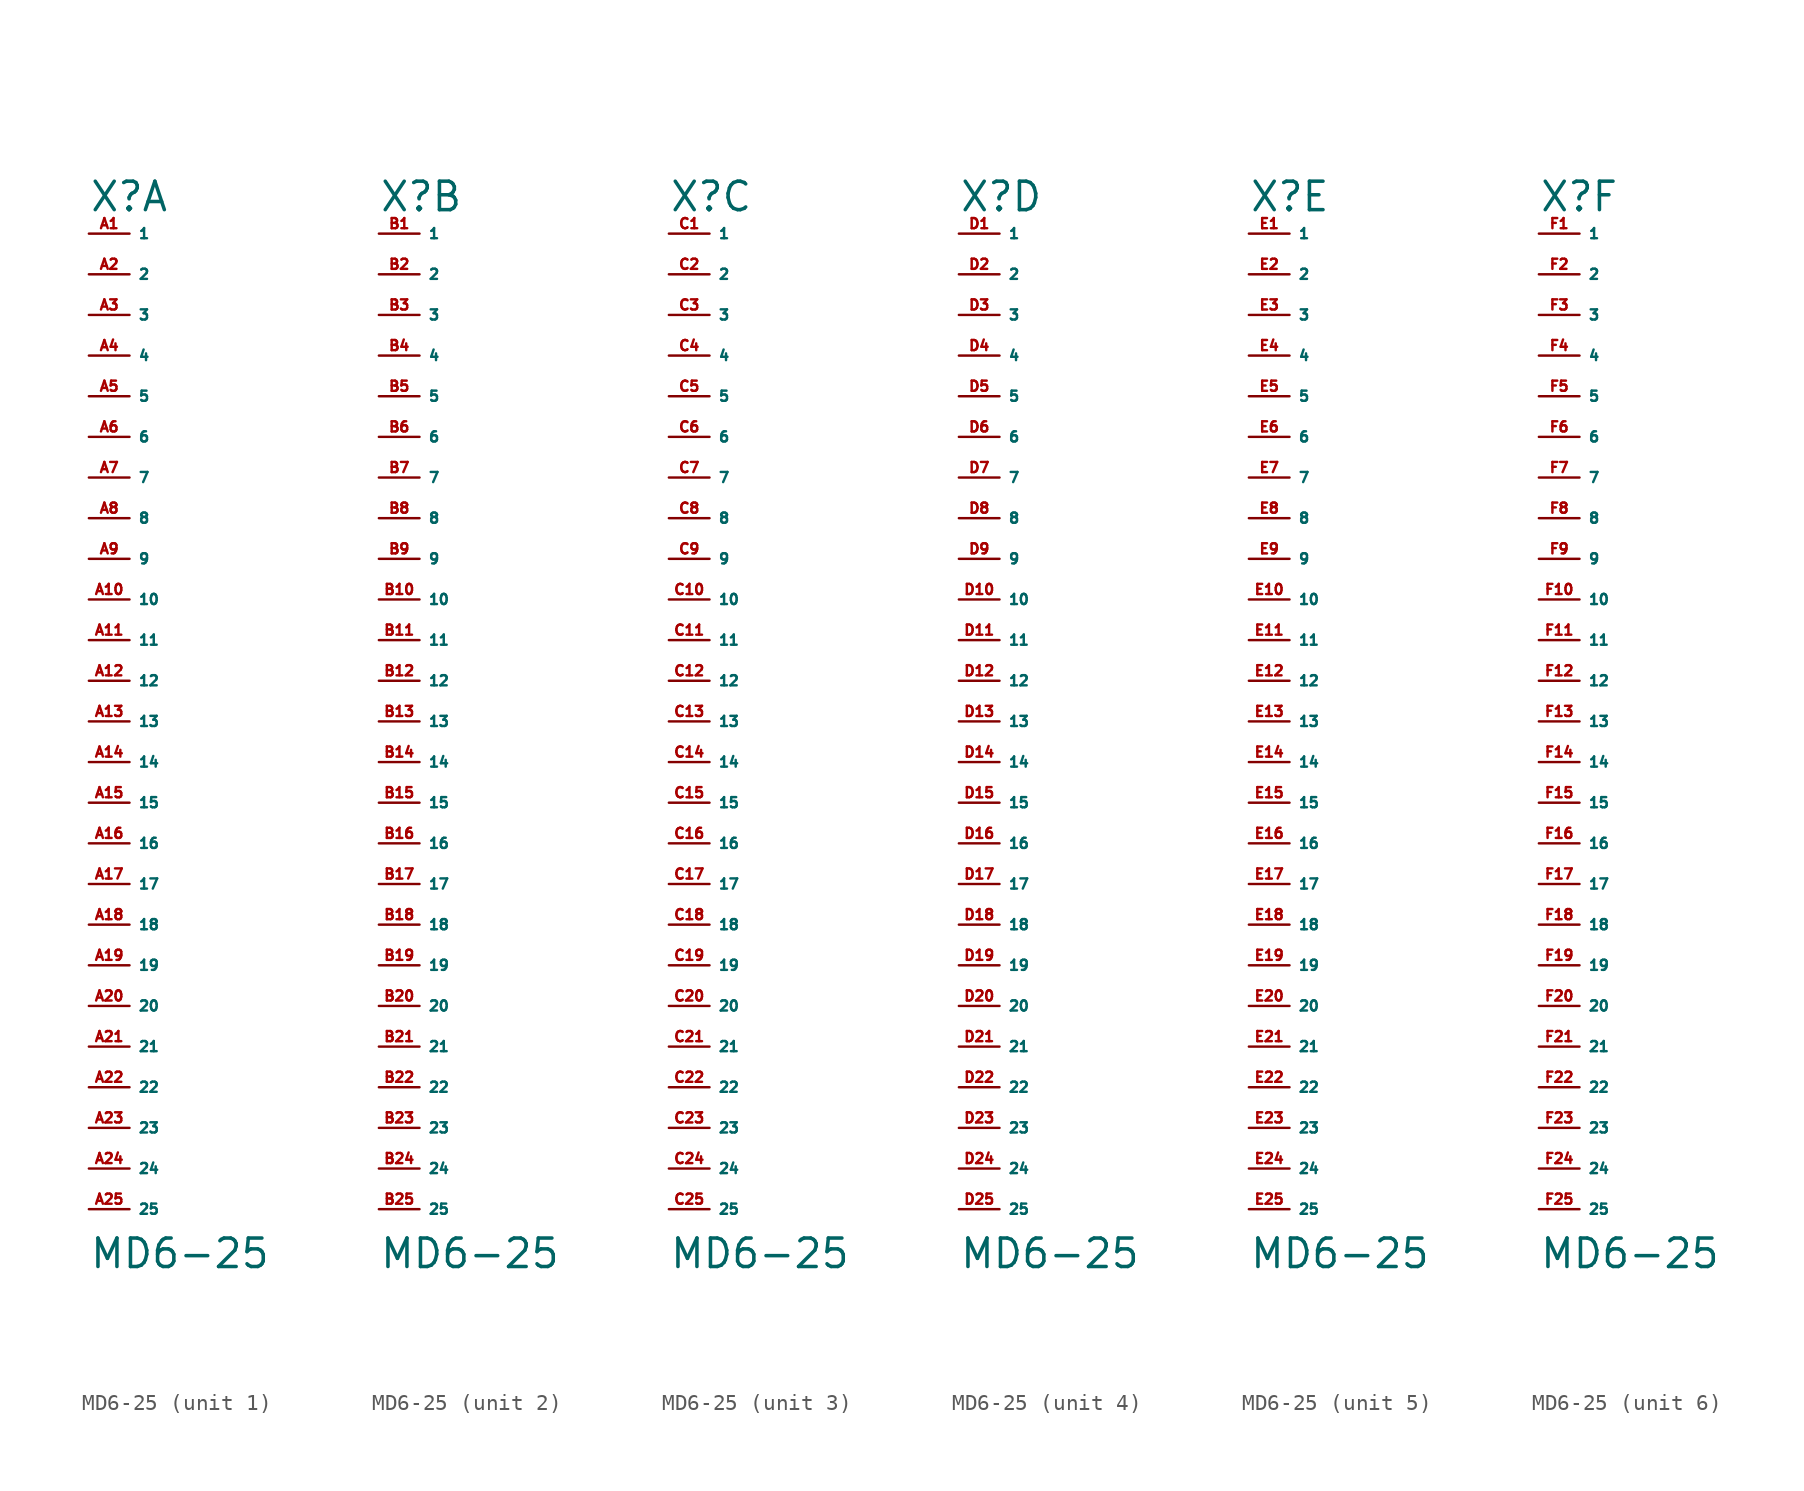
<source format=kicad_sym>
(kicad_symbol_lib
  (version 20220914)
  (generator Eagle2Kicad)
  (symbol "MD6-25"
    (property "Reference" "X"
      (at -2.54 29.21 0)
      (effects (font (size 1.778 1.778) (thickness 0.22)) (justify left bottom)))
    (property "Value" "MD6-25"
      (at -2.54 -36.83 0)
      (effects (font (size 1.778 1.778) (thickness 0.22)) (justify left bottom)))
    (symbol "MD6-25_1_0"
      (pin passive line (at -2.54 27.94 0) (length 2.54) (name "1" (effects (font (size 0.635 0.635) (thickness 0.08)) (justify left bottom))) (number "A1" (effects (font (size 0.635 0.635) (thickness 0.08)) (justify left bottom))))
      (pin passive line (at -2.54 25.4 0) (length 2.54) (name "2" (effects (font (size 0.635 0.635) (thickness 0.08)) (justify left bottom))) (number "A2" (effects (font (size 0.635 0.635) (thickness 0.08)) (justify left bottom))))
      (pin passive line (at -2.54 22.86 0) (length 2.54) (name "3" (effects (font (size 0.635 0.635) (thickness 0.08)) (justify left bottom))) (number "A3" (effects (font (size 0.635 0.635) (thickness 0.08)) (justify left bottom))))
      (pin passive line (at -2.54 20.32 0) (length 2.54) (name "4" (effects (font (size 0.635 0.635) (thickness 0.08)) (justify left bottom))) (number "A4" (effects (font (size 0.635 0.635) (thickness 0.08)) (justify left bottom))))
      (pin passive line (at -2.54 17.78 0) (length 2.54) (name "5" (effects (font (size 0.635 0.635) (thickness 0.08)) (justify left bottom))) (number "A5" (effects (font (size 0.635 0.635) (thickness 0.08)) (justify left bottom))))
      (pin passive line (at -2.54 15.24 0) (length 2.54) (name "6" (effects (font (size 0.635 0.635) (thickness 0.08)) (justify left bottom))) (number "A6" (effects (font (size 0.635 0.635) (thickness 0.08)) (justify left bottom))))
      (pin passive line (at -2.54 12.7 0) (length 2.54) (name "7" (effects (font (size 0.635 0.635) (thickness 0.08)) (justify left bottom))) (number "A7" (effects (font (size 0.635 0.635) (thickness 0.08)) (justify left bottom))))
      (pin passive line (at -2.54 10.16 0) (length 2.54) (name "8" (effects (font (size 0.635 0.635) (thickness 0.08)) (justify left bottom))) (number "A8" (effects (font (size 0.635 0.635) (thickness 0.08)) (justify left bottom))))
      (pin passive line (at -2.54 7.62 0) (length 2.54) (name "9" (effects (font (size 0.635 0.635) (thickness 0.08)) (justify left bottom))) (number "A9" (effects (font (size 0.635 0.635) (thickness 0.08)) (justify left bottom))))
      (pin passive line (at -2.54 5.08 0) (length 2.54) (name "10" (effects (font (size 0.635 0.635) (thickness 0.08)) (justify left bottom))) (number "A10" (effects (font (size 0.635 0.635) (thickness 0.08)) (justify left bottom))))
      (pin passive line (at -2.54 2.54 0) (length 2.54) (name "11" (effects (font (size 0.635 0.635) (thickness 0.08)) (justify left bottom))) (number "A11" (effects (font (size 0.635 0.635) (thickness 0.08)) (justify left bottom))))
      (pin passive line (at -2.54 0 0) (length 2.54) (name "12" (effects (font (size 0.635 0.635) (thickness 0.08)) (justify left bottom))) (number "A12" (effects (font (size 0.635 0.635) (thickness 0.08)) (justify left bottom))))
      (pin passive line (at -2.54 -2.54 0) (length 2.54) (name "13" (effects (font (size 0.635 0.635) (thickness 0.08)) (justify left bottom))) (number "A13" (effects (font (size 0.635 0.635) (thickness 0.08)) (justify left bottom))))
      (pin passive line (at -2.54 -5.08 0) (length 2.54) (name "14" (effects (font (size 0.635 0.635) (thickness 0.08)) (justify left bottom))) (number "A14" (effects (font (size 0.635 0.635) (thickness 0.08)) (justify left bottom))))
      (pin passive line (at -2.54 -7.62 0) (length 2.54) (name "15" (effects (font (size 0.635 0.635) (thickness 0.08)) (justify left bottom))) (number "A15" (effects (font (size 0.635 0.635) (thickness 0.08)) (justify left bottom))))
      (pin passive line (at -2.54 -10.16 0) (length 2.54) (name "16" (effects (font (size 0.635 0.635) (thickness 0.08)) (justify left bottom))) (number "A16" (effects (font (size 0.635 0.635) (thickness 0.08)) (justify left bottom))))
      (pin passive line (at -2.54 -12.7 0) (length 2.54) (name "17" (effects (font (size 0.635 0.635) (thickness 0.08)) (justify left bottom))) (number "A17" (effects (font (size 0.635 0.635) (thickness 0.08)) (justify left bottom))))
      (pin passive line (at -2.54 -15.24 0) (length 2.54) (name "18" (effects (font (size 0.635 0.635) (thickness 0.08)) (justify left bottom))) (number "A18" (effects (font (size 0.635 0.635) (thickness 0.08)) (justify left bottom))))
      (pin passive line (at -2.54 -17.78 0) (length 2.54) (name "19" (effects (font (size 0.635 0.635) (thickness 0.08)) (justify left bottom))) (number "A19" (effects (font (size 0.635 0.635) (thickness 0.08)) (justify left bottom))))
      (pin passive line (at -2.54 -20.32 0) (length 2.54) (name "20" (effects (font (size 0.635 0.635) (thickness 0.08)) (justify left bottom))) (number "A20" (effects (font (size 0.635 0.635) (thickness 0.08)) (justify left bottom))))
      (pin passive line (at -2.54 -22.86 0) (length 2.54) (name "21" (effects (font (size 0.635 0.635) (thickness 0.08)) (justify left bottom))) (number "A21" (effects (font (size 0.635 0.635) (thickness 0.08)) (justify left bottom))))
      (pin passive line (at -2.54 -25.4 0) (length 2.54) (name "22" (effects (font (size 0.635 0.635) (thickness 0.08)) (justify left bottom))) (number "A22" (effects (font (size 0.635 0.635) (thickness 0.08)) (justify left bottom))))
      (pin passive line (at -2.54 -27.94 0) (length 2.54) (name "23" (effects (font (size 0.635 0.635) (thickness 0.08)) (justify left bottom))) (number "A23" (effects (font (size 0.635 0.635) (thickness 0.08)) (justify left bottom))))
      (pin passive line (at -2.54 -30.48 0) (length 2.54) (name "24" (effects (font (size 0.635 0.635) (thickness 0.08)) (justify left bottom))) (number "A24" (effects (font (size 0.635 0.635) (thickness 0.08)) (justify left bottom))))
      (pin passive line (at -2.54 -33.02 0) (length 2.54) (name "25" (effects (font (size 0.635 0.635) (thickness 0.08)) (justify left bottom))) (number "A25" (effects (font (size 0.635 0.635) (thickness 0.08)) (justify left bottom)))))
    (symbol "MD6-25_2_0"
      (pin passive line (at -2.54 27.94 0) (length 2.54) (name "1" (effects (font (size 0.635 0.635) (thickness 0.08)) (justify left bottom))) (number "B1" (effects (font (size 0.635 0.635) (thickness 0.08)) (justify left bottom))))
      (pin passive line (at -2.54 25.4 0) (length 2.54) (name "2" (effects (font (size 0.635 0.635) (thickness 0.08)) (justify left bottom))) (number "B2" (effects (font (size 0.635 0.635) (thickness 0.08)) (justify left bottom))))
      (pin passive line (at -2.54 22.86 0) (length 2.54) (name "3" (effects (font (size 0.635 0.635) (thickness 0.08)) (justify left bottom))) (number "B3" (effects (font (size 0.635 0.635) (thickness 0.08)) (justify left bottom))))
      (pin passive line (at -2.54 20.32 0) (length 2.54) (name "4" (effects (font (size 0.635 0.635) (thickness 0.08)) (justify left bottom))) (number "B4" (effects (font (size 0.635 0.635) (thickness 0.08)) (justify left bottom))))
      (pin passive line (at -2.54 17.78 0) (length 2.54) (name "5" (effects (font (size 0.635 0.635) (thickness 0.08)) (justify left bottom))) (number "B5" (effects (font (size 0.635 0.635) (thickness 0.08)) (justify left bottom))))
      (pin passive line (at -2.54 15.24 0) (length 2.54) (name "6" (effects (font (size 0.635 0.635) (thickness 0.08)) (justify left bottom))) (number "B6" (effects (font (size 0.635 0.635) (thickness 0.08)) (justify left bottom))))
      (pin passive line (at -2.54 12.7 0) (length 2.54) (name "7" (effects (font (size 0.635 0.635) (thickness 0.08)) (justify left bottom))) (number "B7" (effects (font (size 0.635 0.635) (thickness 0.08)) (justify left bottom))))
      (pin passive line (at -2.54 10.16 0) (length 2.54) (name "8" (effects (font (size 0.635 0.635) (thickness 0.08)) (justify left bottom))) (number "B8" (effects (font (size 0.635 0.635) (thickness 0.08)) (justify left bottom))))
      (pin passive line (at -2.54 7.62 0) (length 2.54) (name "9" (effects (font (size 0.635 0.635) (thickness 0.08)) (justify left bottom))) (number "B9" (effects (font (size 0.635 0.635) (thickness 0.08)) (justify left bottom))))
      (pin passive line (at -2.54 5.08 0) (length 2.54) (name "10" (effects (font (size 0.635 0.635) (thickness 0.08)) (justify left bottom))) (number "B10" (effects (font (size 0.635 0.635) (thickness 0.08)) (justify left bottom))))
      (pin passive line (at -2.54 2.54 0) (length 2.54) (name "11" (effects (font (size 0.635 0.635) (thickness 0.08)) (justify left bottom))) (number "B11" (effects (font (size 0.635 0.635) (thickness 0.08)) (justify left bottom))))
      (pin passive line (at -2.54 0 0) (length 2.54) (name "12" (effects (font (size 0.635 0.635) (thickness 0.08)) (justify left bottom))) (number "B12" (effects (font (size 0.635 0.635) (thickness 0.08)) (justify left bottom))))
      (pin passive line (at -2.54 -2.54 0) (length 2.54) (name "13" (effects (font (size 0.635 0.635) (thickness 0.08)) (justify left bottom))) (number "B13" (effects (font (size 0.635 0.635) (thickness 0.08)) (justify left bottom))))
      (pin passive line (at -2.54 -5.08 0) (length 2.54) (name "14" (effects (font (size 0.635 0.635) (thickness 0.08)) (justify left bottom))) (number "B14" (effects (font (size 0.635 0.635) (thickness 0.08)) (justify left bottom))))
      (pin passive line (at -2.54 -7.62 0) (length 2.54) (name "15" (effects (font (size 0.635 0.635) (thickness 0.08)) (justify left bottom))) (number "B15" (effects (font (size 0.635 0.635) (thickness 0.08)) (justify left bottom))))
      (pin passive line (at -2.54 -10.16 0) (length 2.54) (name "16" (effects (font (size 0.635 0.635) (thickness 0.08)) (justify left bottom))) (number "B16" (effects (font (size 0.635 0.635) (thickness 0.08)) (justify left bottom))))
      (pin passive line (at -2.54 -12.7 0) (length 2.54) (name "17" (effects (font (size 0.635 0.635) (thickness 0.08)) (justify left bottom))) (number "B17" (effects (font (size 0.635 0.635) (thickness 0.08)) (justify left bottom))))
      (pin passive line (at -2.54 -15.24 0) (length 2.54) (name "18" (effects (font (size 0.635 0.635) (thickness 0.08)) (justify left bottom))) (number "B18" (effects (font (size 0.635 0.635) (thickness 0.08)) (justify left bottom))))
      (pin passive line (at -2.54 -17.78 0) (length 2.54) (name "19" (effects (font (size 0.635 0.635) (thickness 0.08)) (justify left bottom))) (number "B19" (effects (font (size 0.635 0.635) (thickness 0.08)) (justify left bottom))))
      (pin passive line (at -2.54 -20.32 0) (length 2.54) (name "20" (effects (font (size 0.635 0.635) (thickness 0.08)) (justify left bottom))) (number "B20" (effects (font (size 0.635 0.635) (thickness 0.08)) (justify left bottom))))
      (pin passive line (at -2.54 -22.86 0) (length 2.54) (name "21" (effects (font (size 0.635 0.635) (thickness 0.08)) (justify left bottom))) (number "B21" (effects (font (size 0.635 0.635) (thickness 0.08)) (justify left bottom))))
      (pin passive line (at -2.54 -25.4 0) (length 2.54) (name "22" (effects (font (size 0.635 0.635) (thickness 0.08)) (justify left bottom))) (number "B22" (effects (font (size 0.635 0.635) (thickness 0.08)) (justify left bottom))))
      (pin passive line (at -2.54 -27.94 0) (length 2.54) (name "23" (effects (font (size 0.635 0.635) (thickness 0.08)) (justify left bottom))) (number "B23" (effects (font (size 0.635 0.635) (thickness 0.08)) (justify left bottom))))
      (pin passive line (at -2.54 -30.48 0) (length 2.54) (name "24" (effects (font (size 0.635 0.635) (thickness 0.08)) (justify left bottom))) (number "B24" (effects (font (size 0.635 0.635) (thickness 0.08)) (justify left bottom))))
      (pin passive line (at -2.54 -33.02 0) (length 2.54) (name "25" (effects (font (size 0.635 0.635) (thickness 0.08)) (justify left bottom))) (number "B25" (effects (font (size 0.635 0.635) (thickness 0.08)) (justify left bottom)))))
    (symbol "MD6-25_3_0"
      (pin passive line (at -2.54 27.94 0) (length 2.54) (name "1" (effects (font (size 0.635 0.635) (thickness 0.08)) (justify left bottom))) (number "C1" (effects (font (size 0.635 0.635) (thickness 0.08)) (justify left bottom))))
      (pin passive line (at -2.54 25.4 0) (length 2.54) (name "2" (effects (font (size 0.635 0.635) (thickness 0.08)) (justify left bottom))) (number "C2" (effects (font (size 0.635 0.635) (thickness 0.08)) (justify left bottom))))
      (pin passive line (at -2.54 22.86 0) (length 2.54) (name "3" (effects (font (size 0.635 0.635) (thickness 0.08)) (justify left bottom))) (number "C3" (effects (font (size 0.635 0.635) (thickness 0.08)) (justify left bottom))))
      (pin passive line (at -2.54 20.32 0) (length 2.54) (name "4" (effects (font (size 0.635 0.635) (thickness 0.08)) (justify left bottom))) (number "C4" (effects (font (size 0.635 0.635) (thickness 0.08)) (justify left bottom))))
      (pin passive line (at -2.54 17.78 0) (length 2.54) (name "5" (effects (font (size 0.635 0.635) (thickness 0.08)) (justify left bottom))) (number "C5" (effects (font (size 0.635 0.635) (thickness 0.08)) (justify left bottom))))
      (pin passive line (at -2.54 15.24 0) (length 2.54) (name "6" (effects (font (size 0.635 0.635) (thickness 0.08)) (justify left bottom))) (number "C6" (effects (font (size 0.635 0.635) (thickness 0.08)) (justify left bottom))))
      (pin passive line (at -2.54 12.7 0) (length 2.54) (name "7" (effects (font (size 0.635 0.635) (thickness 0.08)) (justify left bottom))) (number "C7" (effects (font (size 0.635 0.635) (thickness 0.08)) (justify left bottom))))
      (pin passive line (at -2.54 10.16 0) (length 2.54) (name "8" (effects (font (size 0.635 0.635) (thickness 0.08)) (justify left bottom))) (number "C8" (effects (font (size 0.635 0.635) (thickness 0.08)) (justify left bottom))))
      (pin passive line (at -2.54 7.62 0) (length 2.54) (name "9" (effects (font (size 0.635 0.635) (thickness 0.08)) (justify left bottom))) (number "C9" (effects (font (size 0.635 0.635) (thickness 0.08)) (justify left bottom))))
      (pin passive line (at -2.54 5.08 0) (length 2.54) (name "10" (effects (font (size 0.635 0.635) (thickness 0.08)) (justify left bottom))) (number "C10" (effects (font (size 0.635 0.635) (thickness 0.08)) (justify left bottom))))
      (pin passive line (at -2.54 2.54 0) (length 2.54) (name "11" (effects (font (size 0.635 0.635) (thickness 0.08)) (justify left bottom))) (number "C11" (effects (font (size 0.635 0.635) (thickness 0.08)) (justify left bottom))))
      (pin passive line (at -2.54 0 0) (length 2.54) (name "12" (effects (font (size 0.635 0.635) (thickness 0.08)) (justify left bottom))) (number "C12" (effects (font (size 0.635 0.635) (thickness 0.08)) (justify left bottom))))
      (pin passive line (at -2.54 -2.54 0) (length 2.54) (name "13" (effects (font (size 0.635 0.635) (thickness 0.08)) (justify left bottom))) (number "C13" (effects (font (size 0.635 0.635) (thickness 0.08)) (justify left bottom))))
      (pin passive line (at -2.54 -5.08 0) (length 2.54) (name "14" (effects (font (size 0.635 0.635) (thickness 0.08)) (justify left bottom))) (number "C14" (effects (font (size 0.635 0.635) (thickness 0.08)) (justify left bottom))))
      (pin passive line (at -2.54 -7.62 0) (length 2.54) (name "15" (effects (font (size 0.635 0.635) (thickness 0.08)) (justify left bottom))) (number "C15" (effects (font (size 0.635 0.635) (thickness 0.08)) (justify left bottom))))
      (pin passive line (at -2.54 -10.16 0) (length 2.54) (name "16" (effects (font (size 0.635 0.635) (thickness 0.08)) (justify left bottom))) (number "C16" (effects (font (size 0.635 0.635) (thickness 0.08)) (justify left bottom))))
      (pin passive line (at -2.54 -12.7 0) (length 2.54) (name "17" (effects (font (size 0.635 0.635) (thickness 0.08)) (justify left bottom))) (number "C17" (effects (font (size 0.635 0.635) (thickness 0.08)) (justify left bottom))))
      (pin passive line (at -2.54 -15.24 0) (length 2.54) (name "18" (effects (font (size 0.635 0.635) (thickness 0.08)) (justify left bottom))) (number "C18" (effects (font (size 0.635 0.635) (thickness 0.08)) (justify left bottom))))
      (pin passive line (at -2.54 -17.78 0) (length 2.54) (name "19" (effects (font (size 0.635 0.635) (thickness 0.08)) (justify left bottom))) (number "C19" (effects (font (size 0.635 0.635) (thickness 0.08)) (justify left bottom))))
      (pin passive line (at -2.54 -20.32 0) (length 2.54) (name "20" (effects (font (size 0.635 0.635) (thickness 0.08)) (justify left bottom))) (number "C20" (effects (font (size 0.635 0.635) (thickness 0.08)) (justify left bottom))))
      (pin passive line (at -2.54 -22.86 0) (length 2.54) (name "21" (effects (font (size 0.635 0.635) (thickness 0.08)) (justify left bottom))) (number "C21" (effects (font (size 0.635 0.635) (thickness 0.08)) (justify left bottom))))
      (pin passive line (at -2.54 -25.4 0) (length 2.54) (name "22" (effects (font (size 0.635 0.635) (thickness 0.08)) (justify left bottom))) (number "C22" (effects (font (size 0.635 0.635) (thickness 0.08)) (justify left bottom))))
      (pin passive line (at -2.54 -27.94 0) (length 2.54) (name "23" (effects (font (size 0.635 0.635) (thickness 0.08)) (justify left bottom))) (number "C23" (effects (font (size 0.635 0.635) (thickness 0.08)) (justify left bottom))))
      (pin passive line (at -2.54 -30.48 0) (length 2.54) (name "24" (effects (font (size 0.635 0.635) (thickness 0.08)) (justify left bottom))) (number "C24" (effects (font (size 0.635 0.635) (thickness 0.08)) (justify left bottom))))
      (pin passive line (at -2.54 -33.02 0) (length 2.54) (name "25" (effects (font (size 0.635 0.635) (thickness 0.08)) (justify left bottom))) (number "C25" (effects (font (size 0.635 0.635) (thickness 0.08)) (justify left bottom)))))
    (symbol "MD6-25_4_0"
      (pin passive line (at -2.54 27.94 0) (length 2.54) (name "1" (effects (font (size 0.635 0.635) (thickness 0.08)) (justify left bottom))) (number "D1" (effects (font (size 0.635 0.635) (thickness 0.08)) (justify left bottom))))
      (pin passive line (at -2.54 25.4 0) (length 2.54) (name "2" (effects (font (size 0.635 0.635) (thickness 0.08)) (justify left bottom))) (number "D2" (effects (font (size 0.635 0.635) (thickness 0.08)) (justify left bottom))))
      (pin passive line (at -2.54 22.86 0) (length 2.54) (name "3" (effects (font (size 0.635 0.635) (thickness 0.08)) (justify left bottom))) (number "D3" (effects (font (size 0.635 0.635) (thickness 0.08)) (justify left bottom))))
      (pin passive line (at -2.54 20.32 0) (length 2.54) (name "4" (effects (font (size 0.635 0.635) (thickness 0.08)) (justify left bottom))) (number "D4" (effects (font (size 0.635 0.635) (thickness 0.08)) (justify left bottom))))
      (pin passive line (at -2.54 17.78 0) (length 2.54) (name "5" (effects (font (size 0.635 0.635) (thickness 0.08)) (justify left bottom))) (number "D5" (effects (font (size 0.635 0.635) (thickness 0.08)) (justify left bottom))))
      (pin passive line (at -2.54 15.24 0) (length 2.54) (name "6" (effects (font (size 0.635 0.635) (thickness 0.08)) (justify left bottom))) (number "D6" (effects (font (size 0.635 0.635) (thickness 0.08)) (justify left bottom))))
      (pin passive line (at -2.54 12.7 0) (length 2.54) (name "7" (effects (font (size 0.635 0.635) (thickness 0.08)) (justify left bottom))) (number "D7" (effects (font (size 0.635 0.635) (thickness 0.08)) (justify left bottom))))
      (pin passive line (at -2.54 10.16 0) (length 2.54) (name "8" (effects (font (size 0.635 0.635) (thickness 0.08)) (justify left bottom))) (number "D8" (effects (font (size 0.635 0.635) (thickness 0.08)) (justify left bottom))))
      (pin passive line (at -2.54 7.62 0) (length 2.54) (name "9" (effects (font (size 0.635 0.635) (thickness 0.08)) (justify left bottom))) (number "D9" (effects (font (size 0.635 0.635) (thickness 0.08)) (justify left bottom))))
      (pin passive line (at -2.54 5.08 0) (length 2.54) (name "10" (effects (font (size 0.635 0.635) (thickness 0.08)) (justify left bottom))) (number "D10" (effects (font (size 0.635 0.635) (thickness 0.08)) (justify left bottom))))
      (pin passive line (at -2.54 2.54 0) (length 2.54) (name "11" (effects (font (size 0.635 0.635) (thickness 0.08)) (justify left bottom))) (number "D11" (effects (font (size 0.635 0.635) (thickness 0.08)) (justify left bottom))))
      (pin passive line (at -2.54 0 0) (length 2.54) (name "12" (effects (font (size 0.635 0.635) (thickness 0.08)) (justify left bottom))) (number "D12" (effects (font (size 0.635 0.635) (thickness 0.08)) (justify left bottom))))
      (pin passive line (at -2.54 -2.54 0) (length 2.54) (name "13" (effects (font (size 0.635 0.635) (thickness 0.08)) (justify left bottom))) (number "D13" (effects (font (size 0.635 0.635) (thickness 0.08)) (justify left bottom))))
      (pin passive line (at -2.54 -5.08 0) (length 2.54) (name "14" (effects (font (size 0.635 0.635) (thickness 0.08)) (justify left bottom))) (number "D14" (effects (font (size 0.635 0.635) (thickness 0.08)) (justify left bottom))))
      (pin passive line (at -2.54 -7.62 0) (length 2.54) (name "15" (effects (font (size 0.635 0.635) (thickness 0.08)) (justify left bottom))) (number "D15" (effects (font (size 0.635 0.635) (thickness 0.08)) (justify left bottom))))
      (pin passive line (at -2.54 -10.16 0) (length 2.54) (name "16" (effects (font (size 0.635 0.635) (thickness 0.08)) (justify left bottom))) (number "D16" (effects (font (size 0.635 0.635) (thickness 0.08)) (justify left bottom))))
      (pin passive line (at -2.54 -12.7 0) (length 2.54) (name "17" (effects (font (size 0.635 0.635) (thickness 0.08)) (justify left bottom))) (number "D17" (effects (font (size 0.635 0.635) (thickness 0.08)) (justify left bottom))))
      (pin passive line (at -2.54 -15.24 0) (length 2.54) (name "18" (effects (font (size 0.635 0.635) (thickness 0.08)) (justify left bottom))) (number "D18" (effects (font (size 0.635 0.635) (thickness 0.08)) (justify left bottom))))
      (pin passive line (at -2.54 -17.78 0) (length 2.54) (name "19" (effects (font (size 0.635 0.635) (thickness 0.08)) (justify left bottom))) (number "D19" (effects (font (size 0.635 0.635) (thickness 0.08)) (justify left bottom))))
      (pin passive line (at -2.54 -20.32 0) (length 2.54) (name "20" (effects (font (size 0.635 0.635) (thickness 0.08)) (justify left bottom))) (number "D20" (effects (font (size 0.635 0.635) (thickness 0.08)) (justify left bottom))))
      (pin passive line (at -2.54 -22.86 0) (length 2.54) (name "21" (effects (font (size 0.635 0.635) (thickness 0.08)) (justify left bottom))) (number "D21" (effects (font (size 0.635 0.635) (thickness 0.08)) (justify left bottom))))
      (pin passive line (at -2.54 -25.4 0) (length 2.54) (name "22" (effects (font (size 0.635 0.635) (thickness 0.08)) (justify left bottom))) (number "D22" (effects (font (size 0.635 0.635) (thickness 0.08)) (justify left bottom))))
      (pin passive line (at -2.54 -27.94 0) (length 2.54) (name "23" (effects (font (size 0.635 0.635) (thickness 0.08)) (justify left bottom))) (number "D23" (effects (font (size 0.635 0.635) (thickness 0.08)) (justify left bottom))))
      (pin passive line (at -2.54 -30.48 0) (length 2.54) (name "24" (effects (font (size 0.635 0.635) (thickness 0.08)) (justify left bottom))) (number "D24" (effects (font (size 0.635 0.635) (thickness 0.08)) (justify left bottom))))
      (pin passive line (at -2.54 -33.02 0) (length 2.54) (name "25" (effects (font (size 0.635 0.635) (thickness 0.08)) (justify left bottom))) (number "D25" (effects (font (size 0.635 0.635) (thickness 0.08)) (justify left bottom)))))
    (symbol "MD6-25_5_0"
      (pin passive line (at -2.54 27.94 0) (length 2.54) (name "1" (effects (font (size 0.635 0.635) (thickness 0.08)) (justify left bottom))) (number "E1" (effects (font (size 0.635 0.635) (thickness 0.08)) (justify left bottom))))
      (pin passive line (at -2.54 25.4 0) (length 2.54) (name "2" (effects (font (size 0.635 0.635) (thickness 0.08)) (justify left bottom))) (number "E2" (effects (font (size 0.635 0.635) (thickness 0.08)) (justify left bottom))))
      (pin passive line (at -2.54 22.86 0) (length 2.54) (name "3" (effects (font (size 0.635 0.635) (thickness 0.08)) (justify left bottom))) (number "E3" (effects (font (size 0.635 0.635) (thickness 0.08)) (justify left bottom))))
      (pin passive line (at -2.54 20.32 0) (length 2.54) (name "4" (effects (font (size 0.635 0.635) (thickness 0.08)) (justify left bottom))) (number "E4" (effects (font (size 0.635 0.635) (thickness 0.08)) (justify left bottom))))
      (pin passive line (at -2.54 17.78 0) (length 2.54) (name "5" (effects (font (size 0.635 0.635) (thickness 0.08)) (justify left bottom))) (number "E5" (effects (font (size 0.635 0.635) (thickness 0.08)) (justify left bottom))))
      (pin passive line (at -2.54 15.24 0) (length 2.54) (name "6" (effects (font (size 0.635 0.635) (thickness 0.08)) (justify left bottom))) (number "E6" (effects (font (size 0.635 0.635) (thickness 0.08)) (justify left bottom))))
      (pin passive line (at -2.54 12.7 0) (length 2.54) (name "7" (effects (font (size 0.635 0.635) (thickness 0.08)) (justify left bottom))) (number "E7" (effects (font (size 0.635 0.635) (thickness 0.08)) (justify left bottom))))
      (pin passive line (at -2.54 10.16 0) (length 2.54) (name "8" (effects (font (size 0.635 0.635) (thickness 0.08)) (justify left bottom))) (number "E8" (effects (font (size 0.635 0.635) (thickness 0.08)) (justify left bottom))))
      (pin passive line (at -2.54 7.62 0) (length 2.54) (name "9" (effects (font (size 0.635 0.635) (thickness 0.08)) (justify left bottom))) (number "E9" (effects (font (size 0.635 0.635) (thickness 0.08)) (justify left bottom))))
      (pin passive line (at -2.54 5.08 0) (length 2.54) (name "10" (effects (font (size 0.635 0.635) (thickness 0.08)) (justify left bottom))) (number "E10" (effects (font (size 0.635 0.635) (thickness 0.08)) (justify left bottom))))
      (pin passive line (at -2.54 2.54 0) (length 2.54) (name "11" (effects (font (size 0.635 0.635) (thickness 0.08)) (justify left bottom))) (number "E11" (effects (font (size 0.635 0.635) (thickness 0.08)) (justify left bottom))))
      (pin passive line (at -2.54 0 0) (length 2.54) (name "12" (effects (font (size 0.635 0.635) (thickness 0.08)) (justify left bottom))) (number "E12" (effects (font (size 0.635 0.635) (thickness 0.08)) (justify left bottom))))
      (pin passive line (at -2.54 -2.54 0) (length 2.54) (name "13" (effects (font (size 0.635 0.635) (thickness 0.08)) (justify left bottom))) (number "E13" (effects (font (size 0.635 0.635) (thickness 0.08)) (justify left bottom))))
      (pin passive line (at -2.54 -5.08 0) (length 2.54) (name "14" (effects (font (size 0.635 0.635) (thickness 0.08)) (justify left bottom))) (number "E14" (effects (font (size 0.635 0.635) (thickness 0.08)) (justify left bottom))))
      (pin passive line (at -2.54 -7.62 0) (length 2.54) (name "15" (effects (font (size 0.635 0.635) (thickness 0.08)) (justify left bottom))) (number "E15" (effects (font (size 0.635 0.635) (thickness 0.08)) (justify left bottom))))
      (pin passive line (at -2.54 -10.16 0) (length 2.54) (name "16" (effects (font (size 0.635 0.635) (thickness 0.08)) (justify left bottom))) (number "E16" (effects (font (size 0.635 0.635) (thickness 0.08)) (justify left bottom))))
      (pin passive line (at -2.54 -12.7 0) (length 2.54) (name "17" (effects (font (size 0.635 0.635) (thickness 0.08)) (justify left bottom))) (number "E17" (effects (font (size 0.635 0.635) (thickness 0.08)) (justify left bottom))))
      (pin passive line (at -2.54 -15.24 0) (length 2.54) (name "18" (effects (font (size 0.635 0.635) (thickness 0.08)) (justify left bottom))) (number "E18" (effects (font (size 0.635 0.635) (thickness 0.08)) (justify left bottom))))
      (pin passive line (at -2.54 -17.78 0) (length 2.54) (name "19" (effects (font (size 0.635 0.635) (thickness 0.08)) (justify left bottom))) (number "E19" (effects (font (size 0.635 0.635) (thickness 0.08)) (justify left bottom))))
      (pin passive line (at -2.54 -20.32 0) (length 2.54) (name "20" (effects (font (size 0.635 0.635) (thickness 0.08)) (justify left bottom))) (number "E20" (effects (font (size 0.635 0.635) (thickness 0.08)) (justify left bottom))))
      (pin passive line (at -2.54 -22.86 0) (length 2.54) (name "21" (effects (font (size 0.635 0.635) (thickness 0.08)) (justify left bottom))) (number "E21" (effects (font (size 0.635 0.635) (thickness 0.08)) (justify left bottom))))
      (pin passive line (at -2.54 -25.4 0) (length 2.54) (name "22" (effects (font (size 0.635 0.635) (thickness 0.08)) (justify left bottom))) (number "E22" (effects (font (size 0.635 0.635) (thickness 0.08)) (justify left bottom))))
      (pin passive line (at -2.54 -27.94 0) (length 2.54) (name "23" (effects (font (size 0.635 0.635) (thickness 0.08)) (justify left bottom))) (number "E23" (effects (font (size 0.635 0.635) (thickness 0.08)) (justify left bottom))))
      (pin passive line (at -2.54 -30.48 0) (length 2.54) (name "24" (effects (font (size 0.635 0.635) (thickness 0.08)) (justify left bottom))) (number "E24" (effects (font (size 0.635 0.635) (thickness 0.08)) (justify left bottom))))
      (pin passive line (at -2.54 -33.02 0) (length 2.54) (name "25" (effects (font (size 0.635 0.635) (thickness 0.08)) (justify left bottom))) (number "E25" (effects (font (size 0.635 0.635) (thickness 0.08)) (justify left bottom)))))
    (symbol "MD6-25_6_0"
      (pin passive line (at -2.54 27.94 0) (length 2.54) (name "1" (effects (font (size 0.635 0.635) (thickness 0.08)) (justify left bottom))) (number "F1" (effects (font (size 0.635 0.635) (thickness 0.08)) (justify left bottom))))
      (pin passive line (at -2.54 25.4 0) (length 2.54) (name "2" (effects (font (size 0.635 0.635) (thickness 0.08)) (justify left bottom))) (number "F2" (effects (font (size 0.635 0.635) (thickness 0.08)) (justify left bottom))))
      (pin passive line (at -2.54 22.86 0) (length 2.54) (name "3" (effects (font (size 0.635 0.635) (thickness 0.08)) (justify left bottom))) (number "F3" (effects (font (size 0.635 0.635) (thickness 0.08)) (justify left bottom))))
      (pin passive line (at -2.54 20.32 0) (length 2.54) (name "4" (effects (font (size 0.635 0.635) (thickness 0.08)) (justify left bottom))) (number "F4" (effects (font (size 0.635 0.635) (thickness 0.08)) (justify left bottom))))
      (pin passive line (at -2.54 17.78 0) (length 2.54) (name "5" (effects (font (size 0.635 0.635) (thickness 0.08)) (justify left bottom))) (number "F5" (effects (font (size 0.635 0.635) (thickness 0.08)) (justify left bottom))))
      (pin passive line (at -2.54 15.24 0) (length 2.54) (name "6" (effects (font (size 0.635 0.635) (thickness 0.08)) (justify left bottom))) (number "F6" (effects (font (size 0.635 0.635) (thickness 0.08)) (justify left bottom))))
      (pin passive line (at -2.54 12.7 0) (length 2.54) (name "7" (effects (font (size 0.635 0.635) (thickness 0.08)) (justify left bottom))) (number "F7" (effects (font (size 0.635 0.635) (thickness 0.08)) (justify left bottom))))
      (pin passive line (at -2.54 10.16 0) (length 2.54) (name "8" (effects (font (size 0.635 0.635) (thickness 0.08)) (justify left bottom))) (number "F8" (effects (font (size 0.635 0.635) (thickness 0.08)) (justify left bottom))))
      (pin passive line (at -2.54 7.62 0) (length 2.54) (name "9" (effects (font (size 0.635 0.635) (thickness 0.08)) (justify left bottom))) (number "F9" (effects (font (size 0.635 0.635) (thickness 0.08)) (justify left bottom))))
      (pin passive line (at -2.54 5.08 0) (length 2.54) (name "10" (effects (font (size 0.635 0.635) (thickness 0.08)) (justify left bottom))) (number "F10" (effects (font (size 0.635 0.635) (thickness 0.08)) (justify left bottom))))
      (pin passive line (at -2.54 2.54 0) (length 2.54) (name "11" (effects (font (size 0.635 0.635) (thickness 0.08)) (justify left bottom))) (number "F11" (effects (font (size 0.635 0.635) (thickness 0.08)) (justify left bottom))))
      (pin passive line (at -2.54 0 0) (length 2.54) (name "12" (effects (font (size 0.635 0.635) (thickness 0.08)) (justify left bottom))) (number "F12" (effects (font (size 0.635 0.635) (thickness 0.08)) (justify left bottom))))
      (pin passive line (at -2.54 -2.54 0) (length 2.54) (name "13" (effects (font (size 0.635 0.635) (thickness 0.08)) (justify left bottom))) (number "F13" (effects (font (size 0.635 0.635) (thickness 0.08)) (justify left bottom))))
      (pin passive line (at -2.54 -5.08 0) (length 2.54) (name "14" (effects (font (size 0.635 0.635) (thickness 0.08)) (justify left bottom))) (number "F14" (effects (font (size 0.635 0.635) (thickness 0.08)) (justify left bottom))))
      (pin passive line (at -2.54 -7.62 0) (length 2.54) (name "15" (effects (font (size 0.635 0.635) (thickness 0.08)) (justify left bottom))) (number "F15" (effects (font (size 0.635 0.635) (thickness 0.08)) (justify left bottom))))
      (pin passive line (at -2.54 -10.16 0) (length 2.54) (name "16" (effects (font (size 0.635 0.635) (thickness 0.08)) (justify left bottom))) (number "F16" (effects (font (size 0.635 0.635) (thickness 0.08)) (justify left bottom))))
      (pin passive line (at -2.54 -12.7 0) (length 2.54) (name "17" (effects (font (size 0.635 0.635) (thickness 0.08)) (justify left bottom))) (number "F17" (effects (font (size 0.635 0.635) (thickness 0.08)) (justify left bottom))))
      (pin passive line (at -2.54 -15.24 0) (length 2.54) (name "18" (effects (font (size 0.635 0.635) (thickness 0.08)) (justify left bottom))) (number "F18" (effects (font (size 0.635 0.635) (thickness 0.08)) (justify left bottom))))
      (pin passive line (at -2.54 -17.78 0) (length 2.54) (name "19" (effects (font (size 0.635 0.635) (thickness 0.08)) (justify left bottom))) (number "F19" (effects (font (size 0.635 0.635) (thickness 0.08)) (justify left bottom))))
      (pin passive line (at -2.54 -20.32 0) (length 2.54) (name "20" (effects (font (size 0.635 0.635) (thickness 0.08)) (justify left bottom))) (number "F20" (effects (font (size 0.635 0.635) (thickness 0.08)) (justify left bottom))))
      (pin passive line (at -2.54 -22.86 0) (length 2.54) (name "21" (effects (font (size 0.635 0.635) (thickness 0.08)) (justify left bottom))) (number "F21" (effects (font (size 0.635 0.635) (thickness 0.08)) (justify left bottom))))
      (pin passive line (at -2.54 -25.4 0) (length 2.54) (name "22" (effects (font (size 0.635 0.635) (thickness 0.08)) (justify left bottom))) (number "F22" (effects (font (size 0.635 0.635) (thickness 0.08)) (justify left bottom))))
      (pin passive line (at -2.54 -27.94 0) (length 2.54) (name "23" (effects (font (size 0.635 0.635) (thickness 0.08)) (justify left bottom))) (number "F23" (effects (font (size 0.635 0.635) (thickness 0.08)) (justify left bottom))))
      (pin passive line (at -2.54 -30.48 0) (length 2.54) (name "24" (effects (font (size 0.635 0.635) (thickness 0.08)) (justify left bottom))) (number "F24" (effects (font (size 0.635 0.635) (thickness 0.08)) (justify left bottom))))
      (pin passive line (at -2.54 -33.02 0) (length 2.54) (name "25" (effects (font (size 0.635 0.635) (thickness 0.08)) (justify left bottom))) (number "F25" (effects (font (size 0.635 0.635) (thickness 0.08)) (justify left bottom)))))))
</source>
